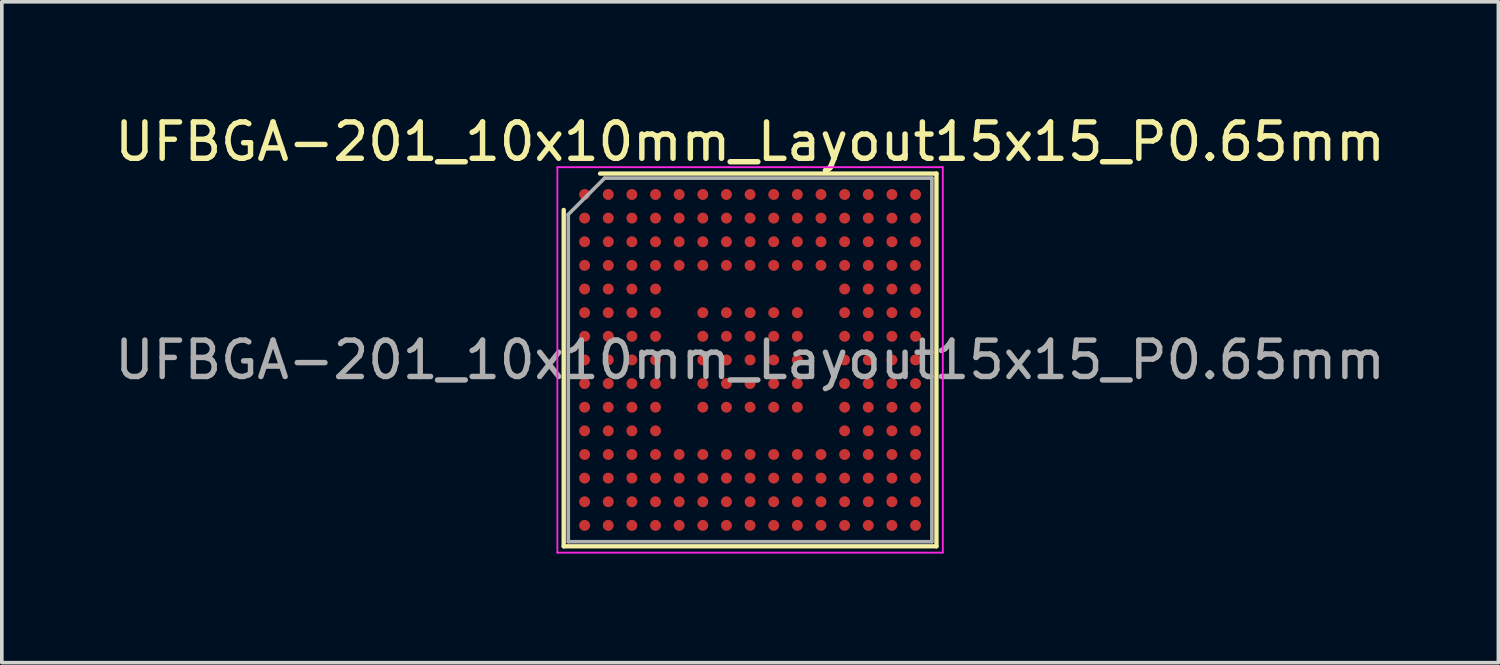
<source format=kicad_pcb>
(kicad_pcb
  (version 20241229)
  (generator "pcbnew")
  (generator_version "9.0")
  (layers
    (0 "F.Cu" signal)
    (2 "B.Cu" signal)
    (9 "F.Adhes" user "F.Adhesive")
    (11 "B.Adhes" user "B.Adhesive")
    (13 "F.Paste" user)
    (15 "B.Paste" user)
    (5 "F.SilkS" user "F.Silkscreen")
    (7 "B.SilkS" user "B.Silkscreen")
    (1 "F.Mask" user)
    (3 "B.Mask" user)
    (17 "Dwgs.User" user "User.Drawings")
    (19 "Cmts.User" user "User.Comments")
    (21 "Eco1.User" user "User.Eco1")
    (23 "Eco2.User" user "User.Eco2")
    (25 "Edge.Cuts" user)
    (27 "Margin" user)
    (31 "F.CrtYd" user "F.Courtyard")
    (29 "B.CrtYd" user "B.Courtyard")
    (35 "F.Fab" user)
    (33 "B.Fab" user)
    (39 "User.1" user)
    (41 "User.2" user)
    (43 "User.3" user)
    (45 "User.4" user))
  (footprint "UFBGA-201_10x10mm_Layout15x15_P0.65mm"
    (layer "F.Cu")
    (at 17.577 6.848)
    (property "Reference" "UFBGA-201_10x10mm_Layout15x15_P0.65mm" (at 0 -6 0) (layer "F.SilkS") (effects (font (size 1 1) (thickness 0.15))))
    (attr smd)
    (fp_line (start -5.125 5.125) (end -5.125 -4.125) (stroke (width 0.12) (type solid)) (layer "F.SilkS"))
    (fp_line (start -4.125 -5.125) (end 5.125 -5.125) (stroke (width 0.12) (type solid)) (layer "F.SilkS"))
    (fp_line (start 5.125 -5.125) (end 5.125 5.125) (stroke (width 0.12) (type solid)) (layer "F.SilkS"))
    (fp_line (start 5.125 5.125) (end -5.125 5.125) (stroke (width 0.12) (type solid)) (layer "F.SilkS"))
    (fp_line (start -5.3 -5.3) (end -5.3 5.3) (stroke (width 0.05) (type solid)) (layer "F.CrtYd"))
    (fp_line (start -5.3 5.3) (end 5.3 5.3) (stroke (width 0.05) (type solid)) (layer "F.CrtYd"))
    (fp_line (start 5.3 -5.3) (end -5.3 -5.3) (stroke (width 0.05) (type solid)) (layer "F.CrtYd"))
    (fp_line (start 5.3 5.3) (end 5.3 -5.3) (stroke (width 0.05) (type solid)) (layer "F.CrtYd"))
    (fp_line (start -5 -4) (end -4 -5) (stroke (width 0.1) (type solid)) (layer "F.Fab"))
    (fp_line (start -5 5) (end -5 -4) (stroke (width 0.1) (type solid)) (layer "F.Fab"))
    (fp_line (start -4 -5) (end 5 -5) (stroke (width 0.1) (type solid)) (layer "F.Fab"))
    (fp_line (start 5 -5) (end 5 5) (stroke (width 0.1) (type solid)) (layer "F.Fab"))
    (fp_line (start 5 5) (end -5 5) (stroke (width 0.1) (type solid)) (layer "F.Fab"))
    (fp_text user "${REFERENCE}" (at 0 0 0) (layer "F.Fab") (effects (font (size 1 1) (thickness 0.15))))
    (pad "A1" smd circle (at -4.55 -4.55) (size 0.3 0.3) (layers "F.Cu" "F.Mask" "F.Paste"))
    (pad "A2" smd circle (at -3.9 -4.55) (size 0.3 0.3) (layers "F.Cu" "F.Mask" "F.Paste"))
    (pad "A3" smd circle (at -3.25 -4.55) (size 0.3 0.3) (layers "F.Cu" "F.Mask" "F.Paste"))
    (pad "A4" smd circle (at -2.6 -4.55) (size 0.3 0.3) (layers "F.Cu" "F.Mask" "F.Paste"))
    (pad "A5" smd circle (at -1.95 -4.55) (size 0.3 0.3) (layers "F.Cu" "F.Mask" "F.Paste"))
    (pad "A6" smd circle (at -1.3 -4.55) (size 0.3 0.3) (layers "F.Cu" "F.Mask" "F.Paste"))
    (pad "A7" smd circle (at -0.65 -4.55) (size 0.3 0.3) (layers "F.Cu" "F.Mask" "F.Paste"))
    (pad "A8" smd circle (at 0 -4.55) (size 0.3 0.3) (layers "F.Cu" "F.Mask" "F.Paste"))
    (pad "A9" smd circle (at 0.65 -4.55) (size 0.3 0.3) (layers "F.Cu" "F.Mask" "F.Paste"))
    (pad "A10" smd circle (at 1.3 -4.55) (size 0.3 0.3) (layers "F.Cu" "F.Mask" "F.Paste"))
    (pad "A11" smd circle (at 1.95 -4.55) (size 0.3 0.3) (layers "F.Cu" "F.Mask" "F.Paste"))
    (pad "A12" smd circle (at 2.6 -4.55) (size 0.3 0.3) (layers "F.Cu" "F.Mask" "F.Paste"))
    (pad "A13" smd circle (at 3.25 -4.55) (size 0.3 0.3) (layers "F.Cu" "F.Mask" "F.Paste"))
    (pad "A14" smd circle (at 3.9 -4.55) (size 0.3 0.3) (layers "F.Cu" "F.Mask" "F.Paste"))
    (pad "A15" smd circle (at 4.55 -4.55) (size 0.3 0.3) (layers "F.Cu" "F.Mask" "F.Paste"))
    (pad "B1" smd circle (at -4.55 -3.9) (size 0.3 0.3) (layers "F.Cu" "F.Mask" "F.Paste"))
    (pad "B2" smd circle (at -3.9 -3.9) (size 0.3 0.3) (layers "F.Cu" "F.Mask" "F.Paste"))
    (pad "B3" smd circle (at -3.25 -3.9) (size 0.3 0.3) (layers "F.Cu" "F.Mask" "F.Paste"))
    (pad "B4" smd circle (at -2.6 -3.9) (size 0.3 0.3) (layers "F.Cu" "F.Mask" "F.Paste"))
    (pad "B5" smd circle (at -1.95 -3.9) (size 0.3 0.3) (layers "F.Cu" "F.Mask" "F.Paste"))
    (pad "B6" smd circle (at -1.3 -3.9) (size 0.3 0.3) (layers "F.Cu" "F.Mask" "F.Paste"))
    (pad "B7" smd circle (at -0.65 -3.9) (size 0.3 0.3) (layers "F.Cu" "F.Mask" "F.Paste"))
    (pad "B8" smd circle (at 0 -3.9) (size 0.3 0.3) (layers "F.Cu" "F.Mask" "F.Paste"))
    (pad "B9" smd circle (at 0.65 -3.9) (size 0.3 0.3) (layers "F.Cu" "F.Mask" "F.Paste"))
    (pad "B10" smd circle (at 1.3 -3.9) (size 0.3 0.3) (layers "F.Cu" "F.Mask" "F.Paste"))
    (pad "B11" smd circle (at 1.95 -3.9) (size 0.3 0.3) (layers "F.Cu" "F.Mask" "F.Paste"))
    (pad "B12" smd circle (at 2.6 -3.9) (size 0.3 0.3) (layers "F.Cu" "F.Mask" "F.Paste"))
    (pad "B13" smd circle (at 3.25 -3.9) (size 0.3 0.3) (layers "F.Cu" "F.Mask" "F.Paste"))
    (pad "B14" smd circle (at 3.9 -3.9) (size 0.3 0.3) (layers "F.Cu" "F.Mask" "F.Paste"))
    (pad "B15" smd circle (at 4.55 -3.9) (size 0.3 0.3) (layers "F.Cu" "F.Mask" "F.Paste"))
    (pad "C1" smd circle (at -4.55 -3.25) (size 0.3 0.3) (layers "F.Cu" "F.Mask" "F.Paste"))
    (pad "C2" smd circle (at -3.9 -3.25) (size 0.3 0.3) (layers "F.Cu" "F.Mask" "F.Paste"))
    (pad "C3" smd circle (at -3.25 -3.25) (size 0.3 0.3) (layers "F.Cu" "F.Mask" "F.Paste"))
    (pad "C4" smd circle (at -2.6 -3.25) (size 0.3 0.3) (layers "F.Cu" "F.Mask" "F.Paste"))
    (pad "C5" smd circle (at -1.95 -3.25) (size 0.3 0.3) (layers "F.Cu" "F.Mask" "F.Paste"))
    (pad "C6" smd circle (at -1.3 -3.25) (size 0.3 0.3) (layers "F.Cu" "F.Mask" "F.Paste"))
    (pad "C7" smd circle (at -0.65 -3.25) (size 0.3 0.3) (layers "F.Cu" "F.Mask" "F.Paste"))
    (pad "C8" smd circle (at 0 -3.25) (size 0.3 0.3) (layers "F.Cu" "F.Mask" "F.Paste"))
    (pad "C9" smd circle (at 0.65 -3.25) (size 0.3 0.3) (layers "F.Cu" "F.Mask" "F.Paste"))
    (pad "C10" smd circle (at 1.3 -3.25) (size 0.3 0.3) (layers "F.Cu" "F.Mask" "F.Paste"))
    (pad "C11" smd circle (at 1.95 -3.25) (size 0.3 0.3) (layers "F.Cu" "F.Mask" "F.Paste"))
    (pad "C12" smd circle (at 2.6 -3.25) (size 0.3 0.3) (layers "F.Cu" "F.Mask" "F.Paste"))
    (pad "C13" smd circle (at 3.25 -3.25) (size 0.3 0.3) (layers "F.Cu" "F.Mask" "F.Paste"))
    (pad "C14" smd circle (at 3.9 -3.25) (size 0.3 0.3) (layers "F.Cu" "F.Mask" "F.Paste"))
    (pad "C15" smd circle (at 4.55 -3.25) (size 0.3 0.3) (layers "F.Cu" "F.Mask" "F.Paste"))
    (pad "D1" smd circle (at -4.55 -2.6) (size 0.3 0.3) (layers "F.Cu" "F.Mask" "F.Paste"))
    (pad "D2" smd circle (at -3.9 -2.6) (size 0.3 0.3) (layers "F.Cu" "F.Mask" "F.Paste"))
    (pad "D3" smd circle (at -3.25 -2.6) (size 0.3 0.3) (layers "F.Cu" "F.Mask" "F.Paste"))
    (pad "D4" smd circle (at -2.6 -2.6) (size 0.3 0.3) (layers "F.Cu" "F.Mask" "F.Paste"))
    (pad "D5" smd circle (at -1.95 -2.6) (size 0.3 0.3) (layers "F.Cu" "F.Mask" "F.Paste"))
    (pad "D6" smd circle (at -1.3 -2.6) (size 0.3 0.3) (layers "F.Cu" "F.Mask" "F.Paste"))
    (pad "D7" smd circle (at -0.65 -2.6) (size 0.3 0.3) (layers "F.Cu" "F.Mask" "F.Paste"))
    (pad "D8" smd circle (at 0 -2.6) (size 0.3 0.3) (layers "F.Cu" "F.Mask" "F.Paste"))
    (pad "D9" smd circle (at 0.65 -2.6) (size 0.3 0.3) (layers "F.Cu" "F.Mask" "F.Paste"))
    (pad "D10" smd circle (at 1.3 -2.6) (size 0.3 0.3) (layers "F.Cu" "F.Mask" "F.Paste"))
    (pad "D11" smd circle (at 1.95 -2.6) (size 0.3 0.3) (layers "F.Cu" "F.Mask" "F.Paste"))
    (pad "D12" smd circle (at 2.6 -2.6) (size 0.3 0.3) (layers "F.Cu" "F.Mask" "F.Paste"))
    (pad "D13" smd circle (at 3.25 -2.6) (size 0.3 0.3) (layers "F.Cu" "F.Mask" "F.Paste"))
    (pad "D14" smd circle (at 3.9 -2.6) (size 0.3 0.3) (layers "F.Cu" "F.Mask" "F.Paste"))
    (pad "D15" smd circle (at 4.55 -2.6) (size 0.3 0.3) (layers "F.Cu" "F.Mask" "F.Paste"))
    (pad "E1" smd circle (at -4.55 -1.95) (size 0.3 0.3) (layers "F.Cu" "F.Mask" "F.Paste"))
    (pad "E2" smd circle (at -3.9 -1.95) (size 0.3 0.3) (layers "F.Cu" "F.Mask" "F.Paste"))
    (pad "E3" smd circle (at -3.25 -1.95) (size 0.3 0.3) (layers "F.Cu" "F.Mask" "F.Paste"))
    (pad "E4" smd circle (at -2.6 -1.95) (size 0.3 0.3) (layers "F.Cu" "F.Mask" "F.Paste"))
    (pad "E12" smd circle (at 2.6 -1.95) (size 0.3 0.3) (layers "F.Cu" "F.Mask" "F.Paste"))
    (pad "E13" smd circle (at 3.25 -1.95) (size 0.3 0.3) (layers "F.Cu" "F.Mask" "F.Paste"))
    (pad "E14" smd circle (at 3.9 -1.95) (size 0.3 0.3) (layers "F.Cu" "F.Mask" "F.Paste"))
    (pad "E15" smd circle (at 4.55 -1.95) (size 0.3 0.3) (layers "F.Cu" "F.Mask" "F.Paste"))
    (pad "F1" smd circle (at -4.55 -1.3) (size 0.3 0.3) (layers "F.Cu" "F.Mask" "F.Paste"))
    (pad "F2" smd circle (at -3.9 -1.3) (size 0.3 0.3) (layers "F.Cu" "F.Mask" "F.Paste"))
    (pad "F3" smd circle (at -3.25 -1.3) (size 0.3 0.3) (layers "F.Cu" "F.Mask" "F.Paste"))
    (pad "F4" smd circle (at -2.6 -1.3) (size 0.3 0.3) (layers "F.Cu" "F.Mask" "F.Paste"))
    (pad "F6" smd circle (at -1.3 -1.3) (size 0.3 0.3) (layers "F.Cu" "F.Mask" "F.Paste"))
    (pad "F7" smd circle (at -0.65 -1.3) (size 0.3 0.3) (layers "F.Cu" "F.Mask" "F.Paste"))
    (pad "F8" smd circle (at 0 -1.3) (size 0.3 0.3) (layers "F.Cu" "F.Mask" "F.Paste"))
    (pad "F9" smd circle (at 0.65 -1.3) (size 0.3 0.3) (layers "F.Cu" "F.Mask" "F.Paste"))
    (pad "F10" smd circle (at 1.3 -1.3) (size 0.3 0.3) (layers "F.Cu" "F.Mask" "F.Paste"))
    (pad "F12" smd circle (at 2.6 -1.3) (size 0.3 0.3) (layers "F.Cu" "F.Mask" "F.Paste"))
    (pad "F13" smd circle (at 3.25 -1.3) (size 0.3 0.3) (layers "F.Cu" "F.Mask" "F.Paste"))
    (pad "F14" smd circle (at 3.9 -1.3) (size 0.3 0.3) (layers "F.Cu" "F.Mask" "F.Paste"))
    (pad "F15" smd circle (at 4.55 -1.3) (size 0.3 0.3) (layers "F.Cu" "F.Mask" "F.Paste"))
    (pad "G1" smd circle (at -4.55 -0.65) (size 0.3 0.3) (layers "F.Cu" "F.Mask" "F.Paste"))
    (pad "G2" smd circle (at -3.9 -0.65) (size 0.3 0.3) (layers "F.Cu" "F.Mask" "F.Paste"))
    (pad "G3" smd circle (at -3.25 -0.65) (size 0.3 0.3) (layers "F.Cu" "F.Mask" "F.Paste"))
    (pad "G4" smd circle (at -2.6 -0.65) (size 0.3 0.3) (layers "F.Cu" "F.Mask" "F.Paste"))
    (pad "G6" smd circle (at -1.3 -0.65) (size 0.3 0.3) (layers "F.Cu" "F.Mask" "F.Paste"))
    (pad "G7" smd circle (at -0.65 -0.65) (size 0.3 0.3) (layers "F.Cu" "F.Mask" "F.Paste"))
    (pad "G8" smd circle (at 0 -0.65) (size 0.3 0.3) (layers "F.Cu" "F.Mask" "F.Paste"))
    (pad "G9" smd circle (at 0.65 -0.65) (size 0.3 0.3) (layers "F.Cu" "F.Mask" "F.Paste"))
    (pad "G10" smd circle (at 1.3 -0.65) (size 0.3 0.3) (layers "F.Cu" "F.Mask" "F.Paste"))
    (pad "G12" smd circle (at 2.6 -0.65) (size 0.3 0.3) (layers "F.Cu" "F.Mask" "F.Paste"))
    (pad "G13" smd circle (at 3.25 -0.65) (size 0.3 0.3) (layers "F.Cu" "F.Mask" "F.Paste"))
    (pad "G14" smd circle (at 3.9 -0.65) (size 0.3 0.3) (layers "F.Cu" "F.Mask" "F.Paste"))
    (pad "G15" smd circle (at 4.55 -0.65) (size 0.3 0.3) (layers "F.Cu" "F.Mask" "F.Paste"))
    (pad "H1" smd circle (at -4.55 0) (size 0.3 0.3) (layers "F.Cu" "F.Mask" "F.Paste"))
    (pad "H2" smd circle (at -3.9 0) (size 0.3 0.3) (layers "F.Cu" "F.Mask" "F.Paste"))
    (pad "H3" smd circle (at -3.25 0) (size 0.3 0.3) (layers "F.Cu" "F.Mask" "F.Paste"))
    (pad "H4" smd circle (at -2.6 0) (size 0.3 0.3) (layers "F.Cu" "F.Mask" "F.Paste"))
    (pad "H6" smd circle (at -1.3 0) (size 0.3 0.3) (layers "F.Cu" "F.Mask" "F.Paste"))
    (pad "H7" smd circle (at -0.65 0) (size 0.3 0.3) (layers "F.Cu" "F.Mask" "F.Paste"))
    (pad "H8" smd circle (at 0 0) (size 0.3 0.3) (layers "F.Cu" "F.Mask" "F.Paste"))
    (pad "H9" smd circle (at 0.65 0) (size 0.3 0.3) (layers "F.Cu" "F.Mask" "F.Paste"))
    (pad "H10" smd circle (at 1.3 0) (size 0.3 0.3) (layers "F.Cu" "F.Mask" "F.Paste"))
    (pad "H12" smd circle (at 2.6 0) (size 0.3 0.3) (layers "F.Cu" "F.Mask" "F.Paste"))
    (pad "H13" smd circle (at 3.25 0) (size 0.3 0.3) (layers "F.Cu" "F.Mask" "F.Paste"))
    (pad "H14" smd circle (at 3.9 0) (size 0.3 0.3) (layers "F.Cu" "F.Mask" "F.Paste"))
    (pad "H15" smd circle (at 4.55 0) (size 0.3 0.3) (layers "F.Cu" "F.Mask" "F.Paste"))
    (pad "J1" smd circle (at -4.55 0.65) (size 0.3 0.3) (layers "F.Cu" "F.Mask" "F.Paste"))
    (pad "J2" smd circle (at -3.9 0.65) (size 0.3 0.3) (layers "F.Cu" "F.Mask" "F.Paste"))
    (pad "J3" smd circle (at -3.25 0.65) (size 0.3 0.3) (layers "F.Cu" "F.Mask" "F.Paste"))
    (pad "J4" smd circle (at -2.6 0.65) (size 0.3 0.3) (layers "F.Cu" "F.Mask" "F.Paste"))
    (pad "J6" smd circle (at -1.3 0.65) (size 0.3 0.3) (layers "F.Cu" "F.Mask" "F.Paste"))
    (pad "J7" smd circle (at -0.65 0.65) (size 0.3 0.3) (layers "F.Cu" "F.Mask" "F.Paste"))
    (pad "J8" smd circle (at 0 0.65) (size 0.3 0.3) (layers "F.Cu" "F.Mask" "F.Paste"))
    (pad "J9" smd circle (at 0.65 0.65) (size 0.3 0.3) (layers "F.Cu" "F.Mask" "F.Paste"))
    (pad "J10" smd circle (at 1.3 0.65) (size 0.3 0.3) (layers "F.Cu" "F.Mask" "F.Paste"))
    (pad "J12" smd circle (at 2.6 0.65) (size 0.3 0.3) (layers "F.Cu" "F.Mask" "F.Paste"))
    (pad "J13" smd circle (at 3.25 0.65) (size 0.3 0.3) (layers "F.Cu" "F.Mask" "F.Paste"))
    (pad "J14" smd circle (at 3.9 0.65) (size 0.3 0.3) (layers "F.Cu" "F.Mask" "F.Paste"))
    (pad "J15" smd circle (at 4.55 0.65) (size 0.3 0.3) (layers "F.Cu" "F.Mask" "F.Paste"))
    (pad "K1" smd circle (at -4.55 1.3) (size 0.3 0.3) (layers "F.Cu" "F.Mask" "F.Paste"))
    (pad "K2" smd circle (at -3.9 1.3) (size 0.3 0.3) (layers "F.Cu" "F.Mask" "F.Paste"))
    (pad "K3" smd circle (at -3.25 1.3) (size 0.3 0.3) (layers "F.Cu" "F.Mask" "F.Paste"))
    (pad "K4" smd circle (at -2.6 1.3) (size 0.3 0.3) (layers "F.Cu" "F.Mask" "F.Paste"))
    (pad "K6" smd circle (at -1.3 1.3) (size 0.3 0.3) (layers "F.Cu" "F.Mask" "F.Paste"))
    (pad "K7" smd circle (at -0.65 1.3) (size 0.3 0.3) (layers "F.Cu" "F.Mask" "F.Paste"))
    (pad "K8" smd circle (at 0 1.3) (size 0.3 0.3) (layers "F.Cu" "F.Mask" "F.Paste"))
    (pad "K9" smd circle (at 0.65 1.3) (size 0.3 0.3) (layers "F.Cu" "F.Mask" "F.Paste"))
    (pad "K10" smd circle (at 1.3 1.3) (size 0.3 0.3) (layers "F.Cu" "F.Mask" "F.Paste"))
    (pad "K12" smd circle (at 2.6 1.3) (size 0.3 0.3) (layers "F.Cu" "F.Mask" "F.Paste"))
    (pad "K13" smd circle (at 3.25 1.3) (size 0.3 0.3) (layers "F.Cu" "F.Mask" "F.Paste"))
    (pad "K14" smd circle (at 3.9 1.3) (size 0.3 0.3) (layers "F.Cu" "F.Mask" "F.Paste"))
    (pad "K15" smd circle (at 4.55 1.3) (size 0.3 0.3) (layers "F.Cu" "F.Mask" "F.Paste"))
    (pad "L1" smd circle (at -4.55 1.95) (size 0.3 0.3) (layers "F.Cu" "F.Mask" "F.Paste"))
    (pad "L2" smd circle (at -3.9 1.95) (size 0.3 0.3) (layers "F.Cu" "F.Mask" "F.Paste"))
    (pad "L3" smd circle (at -3.25 1.95) (size 0.3 0.3) (layers "F.Cu" "F.Mask" "F.Paste"))
    (pad "L4" smd circle (at -2.6 1.95) (size 0.3 0.3) (layers "F.Cu" "F.Mask" "F.Paste"))
    (pad "L12" smd circle (at 2.6 1.95) (size 0.3 0.3) (layers "F.Cu" "F.Mask" "F.Paste"))
    (pad "L13" smd circle (at 3.25 1.95) (size 0.3 0.3) (layers "F.Cu" "F.Mask" "F.Paste"))
    (pad "L14" smd circle (at 3.9 1.95) (size 0.3 0.3) (layers "F.Cu" "F.Mask" "F.Paste"))
    (pad "L15" smd circle (at 4.55 1.95) (size 0.3 0.3) (layers "F.Cu" "F.Mask" "F.Paste"))
    (pad "M1" smd circle (at -4.55 2.6) (size 0.3 0.3) (layers "F.Cu" "F.Mask" "F.Paste"))
    (pad "M2" smd circle (at -3.9 2.6) (size 0.3 0.3) (layers "F.Cu" "F.Mask" "F.Paste"))
    (pad "M3" smd circle (at -3.25 2.6) (size 0.3 0.3) (layers "F.Cu" "F.Mask" "F.Paste"))
    (pad "M4" smd circle (at -2.6 2.6) (size 0.3 0.3) (layers "F.Cu" "F.Mask" "F.Paste"))
    (pad "M5" smd circle (at -1.95 2.6) (size 0.3 0.3) (layers "F.Cu" "F.Mask" "F.Paste"))
    (pad "M6" smd circle (at -1.3 2.6) (size 0.3 0.3) (layers "F.Cu" "F.Mask" "F.Paste"))
    (pad "M7" smd circle (at -0.65 2.6) (size 0.3 0.3) (layers "F.Cu" "F.Mask" "F.Paste"))
    (pad "M8" smd circle (at 0 2.6) (size 0.3 0.3) (layers "F.Cu" "F.Mask" "F.Paste"))
    (pad "M9" smd circle (at 0.65 2.6) (size 0.3 0.3) (layers "F.Cu" "F.Mask" "F.Paste"))
    (pad "M10" smd circle (at 1.3 2.6) (size 0.3 0.3) (layers "F.Cu" "F.Mask" "F.Paste"))
    (pad "M11" smd circle (at 1.95 2.6) (size 0.3 0.3) (layers "F.Cu" "F.Mask" "F.Paste"))
    (pad "M12" smd circle (at 2.6 2.6) (size 0.3 0.3) (layers "F.Cu" "F.Mask" "F.Paste"))
    (pad "M13" smd circle (at 3.25 2.6) (size 0.3 0.3) (layers "F.Cu" "F.Mask" "F.Paste"))
    (pad "M14" smd circle (at 3.9 2.6) (size 0.3 0.3) (layers "F.Cu" "F.Mask" "F.Paste"))
    (pad "M15" smd circle (at 4.55 2.6) (size 0.3 0.3) (layers "F.Cu" "F.Mask" "F.Paste"))
    (pad "N1" smd circle (at -4.55 3.25) (size 0.3 0.3) (layers "F.Cu" "F.Mask" "F.Paste"))
    (pad "N2" smd circle (at -3.9 3.25) (size 0.3 0.3) (layers "F.Cu" "F.Mask" "F.Paste"))
    (pad "N3" smd circle (at -3.25 3.25) (size 0.3 0.3) (layers "F.Cu" "F.Mask" "F.Paste"))
    (pad "N4" smd circle (at -2.6 3.25) (size 0.3 0.3) (layers "F.Cu" "F.Mask" "F.Paste"))
    (pad "N5" smd circle (at -1.95 3.25) (size 0.3 0.3) (layers "F.Cu" "F.Mask" "F.Paste"))
    (pad "N6" smd circle (at -1.3 3.25) (size 0.3 0.3) (layers "F.Cu" "F.Mask" "F.Paste"))
    (pad "N7" smd circle (at -0.65 3.25) (size 0.3 0.3) (layers "F.Cu" "F.Mask" "F.Paste"))
    (pad "N8" smd circle (at 0 3.25) (size 0.3 0.3) (layers "F.Cu" "F.Mask" "F.Paste"))
    (pad "N9" smd circle (at 0.65 3.25) (size 0.3 0.3) (layers "F.Cu" "F.Mask" "F.Paste"))
    (pad "N10" smd circle (at 1.3 3.25) (size 0.3 0.3) (layers "F.Cu" "F.Mask" "F.Paste"))
    (pad "N11" smd circle (at 1.95 3.25) (size 0.3 0.3) (layers "F.Cu" "F.Mask" "F.Paste"))
    (pad "N12" smd circle (at 2.6 3.25) (size 0.3 0.3) (layers "F.Cu" "F.Mask" "F.Paste"))
    (pad "N13" smd circle (at 3.25 3.25) (size 0.3 0.3) (layers "F.Cu" "F.Mask" "F.Paste"))
    (pad "N14" smd circle (at 3.9 3.25) (size 0.3 0.3) (layers "F.Cu" "F.Mask" "F.Paste"))
    (pad "N15" smd circle (at 4.55 3.25) (size 0.3 0.3) (layers "F.Cu" "F.Mask" "F.Paste"))
    (pad "P1" smd circle (at -4.55 3.9) (size 0.3 0.3) (layers "F.Cu" "F.Mask" "F.Paste"))
    (pad "P2" smd circle (at -3.9 3.9) (size 0.3 0.3) (layers "F.Cu" "F.Mask" "F.Paste"))
    (pad "P3" smd circle (at -3.25 3.9) (size 0.3 0.3) (layers "F.Cu" "F.Mask" "F.Paste"))
    (pad "P4" smd circle (at -2.6 3.9) (size 0.3 0.3) (layers "F.Cu" "F.Mask" "F.Paste"))
    (pad "P5" smd circle (at -1.95 3.9) (size 0.3 0.3) (layers "F.Cu" "F.Mask" "F.Paste"))
    (pad "P6" smd circle (at -1.3 3.9) (size 0.3 0.3) (layers "F.Cu" "F.Mask" "F.Paste"))
    (pad "P7" smd circle (at -0.65 3.9) (size 0.3 0.3) (layers "F.Cu" "F.Mask" "F.Paste"))
    (pad "P8" smd circle (at 0 3.9) (size 0.3 0.3) (layers "F.Cu" "F.Mask" "F.Paste"))
    (pad "P9" smd circle (at 0.65 3.9) (size 0.3 0.3) (layers "F.Cu" "F.Mask" "F.Paste"))
    (pad "P10" smd circle (at 1.3 3.9) (size 0.3 0.3) (layers "F.Cu" "F.Mask" "F.Paste"))
    (pad "P11" smd circle (at 1.95 3.9) (size 0.3 0.3) (layers "F.Cu" "F.Mask" "F.Paste"))
    (pad "P12" smd circle (at 2.6 3.9) (size 0.3 0.3) (layers "F.Cu" "F.Mask" "F.Paste"))
    (pad "P13" smd circle (at 3.25 3.9) (size 0.3 0.3) (layers "F.Cu" "F.Mask" "F.Paste"))
    (pad "P14" smd circle (at 3.9 3.9) (size 0.3 0.3) (layers "F.Cu" "F.Mask" "F.Paste"))
    (pad "P15" smd circle (at 4.55 3.9) (size 0.3 0.3) (layers "F.Cu" "F.Mask" "F.Paste"))
    (pad "R1" smd circle (at -4.55 4.55) (size 0.3 0.3) (layers "F.Cu" "F.Mask" "F.Paste"))
    (pad "R2" smd circle (at -3.9 4.55) (size 0.3 0.3) (layers "F.Cu" "F.Mask" "F.Paste"))
    (pad "R3" smd circle (at -3.25 4.55) (size 0.3 0.3) (layers "F.Cu" "F.Mask" "F.Paste"))
    (pad "R4" smd circle (at -2.6 4.55) (size 0.3 0.3) (layers "F.Cu" "F.Mask" "F.Paste"))
    (pad "R5" smd circle (at -1.95 4.55) (size 0.3 0.3) (layers "F.Cu" "F.Mask" "F.Paste"))
    (pad "R6" smd circle (at -1.3 4.55) (size 0.3 0.3) (layers "F.Cu" "F.Mask" "F.Paste"))
    (pad "R7" smd circle (at -0.65 4.55) (size 0.3 0.3) (layers "F.Cu" "F.Mask" "F.Paste"))
    (pad "R8" smd circle (at 0 4.55) (size 0.3 0.3) (layers "F.Cu" "F.Mask" "F.Paste"))
    (pad "R9" smd circle (at 0.65 4.55) (size 0.3 0.3) (layers "F.Cu" "F.Mask" "F.Paste"))
    (pad "R10" smd circle (at 1.3 4.55) (size 0.3 0.3) (layers "F.Cu" "F.Mask" "F.Paste"))
    (pad "R11" smd circle (at 1.95 4.55) (size 0.3 0.3) (layers "F.Cu" "F.Mask" "F.Paste"))
    (pad "R12" smd circle (at 2.6 4.55) (size 0.3 0.3) (layers "F.Cu" "F.Mask" "F.Paste"))
    (pad "R13" smd circle (at 3.25 4.55) (size 0.3 0.3) (layers "F.Cu" "F.Mask" "F.Paste"))
    (pad "R14" smd circle (at 3.9 4.55) (size 0.3 0.3) (layers "F.Cu" "F.Mask" "F.Paste"))
    (pad "R15" smd circle (at 4.55 4.55) (size 0.3 0.3) (layers "F.Cu" "F.Mask" "F.Paste")))
  (gr_rect
    (start -3 -3)
    (end 38.155 15.173)
    (stroke (width 0.1) (type default))
    (fill no)
    (layer "Edge.Cuts")))
</source>
